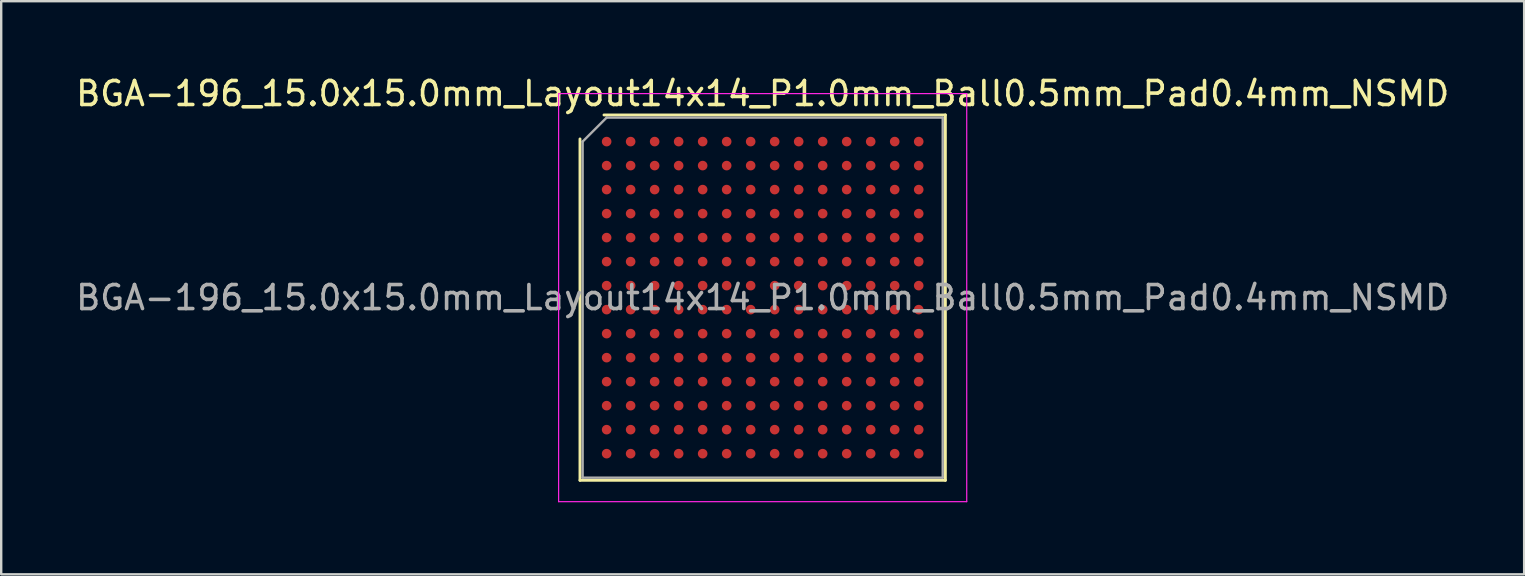
<source format=kicad_pcb>
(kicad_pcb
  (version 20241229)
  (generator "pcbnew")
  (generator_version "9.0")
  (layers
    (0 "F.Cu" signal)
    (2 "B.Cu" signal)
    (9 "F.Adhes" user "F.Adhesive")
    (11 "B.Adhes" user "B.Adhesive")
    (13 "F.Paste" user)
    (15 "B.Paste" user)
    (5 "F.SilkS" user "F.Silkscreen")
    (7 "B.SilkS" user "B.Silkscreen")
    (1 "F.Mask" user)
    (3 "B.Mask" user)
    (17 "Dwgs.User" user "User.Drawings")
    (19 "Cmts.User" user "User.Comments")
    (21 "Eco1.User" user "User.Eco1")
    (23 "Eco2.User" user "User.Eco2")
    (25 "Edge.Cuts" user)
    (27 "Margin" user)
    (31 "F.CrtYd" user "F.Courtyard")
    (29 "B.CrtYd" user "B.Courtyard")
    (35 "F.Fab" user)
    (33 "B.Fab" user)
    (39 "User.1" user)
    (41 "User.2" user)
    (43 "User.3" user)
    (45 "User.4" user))
  (footprint "BGA-196_15.0x15.0mm_Layout14x14_P1.0mm_Ball0.5mm_Pad0.4mm_NSMD"
    (layer "F.Cu")
    (at 28.72 9.348)
    (property "Reference" "BGA-196_15.0x15.0mm_Layout14x14_P1.0mm_Ball0.5mm_Pad0.4mm_NSMD" (at 0 -8.5 0) (layer "F.SilkS") (effects (font (size 1 1) (thickness 0.15))))
    (attr smd)
    (fp_line (start -7.61 7.61) (end -7.61 -6.61) (stroke (width 0.12) (type solid)) (layer "F.SilkS"))
    (fp_line (start -6.61 -7.61) (end 7.61 -7.61) (stroke (width 0.12) (type solid)) (layer "F.SilkS"))
    (fp_line (start 7.61 -7.61) (end 7.61 7.61) (stroke (width 0.12) (type solid)) (layer "F.SilkS"))
    (fp_line (start 7.61 7.61) (end -7.61 7.61) (stroke (width 0.12) (type solid)) (layer "F.SilkS"))
    (fp_line (start -8.5 -8.5) (end -8.5 8.5) (stroke (width 0.05) (type solid)) (layer "F.CrtYd"))
    (fp_line (start -8.5 8.5) (end 8.5 8.5) (stroke (width 0.05) (type solid)) (layer "F.CrtYd"))
    (fp_line (start 8.5 -8.5) (end -8.5 -8.5) (stroke (width 0.05) (type solid)) (layer "F.CrtYd"))
    (fp_line (start 8.5 8.5) (end 8.5 -8.5) (stroke (width 0.05) (type solid)) (layer "F.CrtYd"))
    (fp_line (start -7.5 -6.5) (end -6.5 -7.5) (stroke (width 0.1) (type solid)) (layer "F.Fab"))
    (fp_line (start -7.5 7.5) (end -7.5 -6.5) (stroke (width 0.1) (type solid)) (layer "F.Fab"))
    (fp_line (start -6.5 -7.5) (end 7.5 -7.5) (stroke (width 0.1) (type solid)) (layer "F.Fab"))
    (fp_line (start 7.5 -7.5) (end 7.5 7.5) (stroke (width 0.1) (type solid)) (layer "F.Fab"))
    (fp_line (start 7.5 7.5) (end -7.5 7.5) (stroke (width 0.1) (type solid)) (layer "F.Fab"))
    (fp_text user "${REFERENCE}" (at 0 0 0) (layer "F.Fab") (effects (font (size 1 1) (thickness 0.15))))
    (pad "A1" smd circle (at -6.5 -6.5) (size 0.4 0.4) (layers "F.Cu" "F.Mask" "F.Paste"))
    (pad "A2" smd circle (at -5.5 -6.5) (size 0.4 0.4) (layers "F.Cu" "F.Mask" "F.Paste"))
    (pad "A3" smd circle (at -4.5 -6.5) (size 0.4 0.4) (layers "F.Cu" "F.Mask" "F.Paste"))
    (pad "A4" smd circle (at -3.5 -6.5) (size 0.4 0.4) (layers "F.Cu" "F.Mask" "F.Paste"))
    (pad "A5" smd circle (at -2.5 -6.5) (size 0.4 0.4) (layers "F.Cu" "F.Mask" "F.Paste"))
    (pad "A6" smd circle (at -1.5 -6.5) (size 0.4 0.4) (layers "F.Cu" "F.Mask" "F.Paste"))
    (pad "A7" smd circle (at -0.5 -6.5) (size 0.4 0.4) (layers "F.Cu" "F.Mask" "F.Paste"))
    (pad "A8" smd circle (at 0.5 -6.5) (size 0.4 0.4) (layers "F.Cu" "F.Mask" "F.Paste"))
    (pad "A9" smd circle (at 1.5 -6.5) (size 0.4 0.4) (layers "F.Cu" "F.Mask" "F.Paste"))
    (pad "A10" smd circle (at 2.5 -6.5) (size 0.4 0.4) (layers "F.Cu" "F.Mask" "F.Paste"))
    (pad "A11" smd circle (at 3.5 -6.5) (size 0.4 0.4) (layers "F.Cu" "F.Mask" "F.Paste"))
    (pad "A12" smd circle (at 4.5 -6.5) (size 0.4 0.4) (layers "F.Cu" "F.Mask" "F.Paste"))
    (pad "A13" smd circle (at 5.5 -6.5) (size 0.4 0.4) (layers "F.Cu" "F.Mask" "F.Paste"))
    (pad "A14" smd circle (at 6.5 -6.5) (size 0.4 0.4) (layers "F.Cu" "F.Mask" "F.Paste"))
    (pad "B1" smd circle (at -6.5 -5.5) (size 0.4 0.4) (layers "F.Cu" "F.Mask" "F.Paste"))
    (pad "B2" smd circle (at -5.5 -5.5) (size 0.4 0.4) (layers "F.Cu" "F.Mask" "F.Paste"))
    (pad "B3" smd circle (at -4.5 -5.5) (size 0.4 0.4) (layers "F.Cu" "F.Mask" "F.Paste"))
    (pad "B4" smd circle (at -3.5 -5.5) (size 0.4 0.4) (layers "F.Cu" "F.Mask" "F.Paste"))
    (pad "B5" smd circle (at -2.5 -5.5) (size 0.4 0.4) (layers "F.Cu" "F.Mask" "F.Paste"))
    (pad "B6" smd circle (at -1.5 -5.5) (size 0.4 0.4) (layers "F.Cu" "F.Mask" "F.Paste"))
    (pad "B7" smd circle (at -0.5 -5.5) (size 0.4 0.4) (layers "F.Cu" "F.Mask" "F.Paste"))
    (pad "B8" smd circle (at 0.5 -5.5) (size 0.4 0.4) (layers "F.Cu" "F.Mask" "F.Paste"))
    (pad "B9" smd circle (at 1.5 -5.5) (size 0.4 0.4) (layers "F.Cu" "F.Mask" "F.Paste"))
    (pad "B10" smd circle (at 2.5 -5.5) (size 0.4 0.4) (layers "F.Cu" "F.Mask" "F.Paste"))
    (pad "B11" smd circle (at 3.5 -5.5) (size 0.4 0.4) (layers "F.Cu" "F.Mask" "F.Paste"))
    (pad "B12" smd circle (at 4.5 -5.5) (size 0.4 0.4) (layers "F.Cu" "F.Mask" "F.Paste"))
    (pad "B13" smd circle (at 5.5 -5.5) (size 0.4 0.4) (layers "F.Cu" "F.Mask" "F.Paste"))
    (pad "B14" smd circle (at 6.5 -5.5) (size 0.4 0.4) (layers "F.Cu" "F.Mask" "F.Paste"))
    (pad "C1" smd circle (at -6.5 -4.5) (size 0.4 0.4) (layers "F.Cu" "F.Mask" "F.Paste"))
    (pad "C2" smd circle (at -5.5 -4.5) (size 0.4 0.4) (layers "F.Cu" "F.Mask" "F.Paste"))
    (pad "C3" smd circle (at -4.5 -4.5) (size 0.4 0.4) (layers "F.Cu" "F.Mask" "F.Paste"))
    (pad "C4" smd circle (at -3.5 -4.5) (size 0.4 0.4) (layers "F.Cu" "F.Mask" "F.Paste"))
    (pad "C5" smd circle (at -2.5 -4.5) (size 0.4 0.4) (layers "F.Cu" "F.Mask" "F.Paste"))
    (pad "C6" smd circle (at -1.5 -4.5) (size 0.4 0.4) (layers "F.Cu" "F.Mask" "F.Paste"))
    (pad "C7" smd circle (at -0.5 -4.5) (size 0.4 0.4) (layers "F.Cu" "F.Mask" "F.Paste"))
    (pad "C8" smd circle (at 0.5 -4.5) (size 0.4 0.4) (layers "F.Cu" "F.Mask" "F.Paste"))
    (pad "C9" smd circle (at 1.5 -4.5) (size 0.4 0.4) (layers "F.Cu" "F.Mask" "F.Paste"))
    (pad "C10" smd circle (at 2.5 -4.5) (size 0.4 0.4) (layers "F.Cu" "F.Mask" "F.Paste"))
    (pad "C11" smd circle (at 3.5 -4.5) (size 0.4 0.4) (layers "F.Cu" "F.Mask" "F.Paste"))
    (pad "C12" smd circle (at 4.5 -4.5) (size 0.4 0.4) (layers "F.Cu" "F.Mask" "F.Paste"))
    (pad "C13" smd circle (at 5.5 -4.5) (size 0.4 0.4) (layers "F.Cu" "F.Mask" "F.Paste"))
    (pad "C14" smd circle (at 6.5 -4.5) (size 0.4 0.4) (layers "F.Cu" "F.Mask" "F.Paste"))
    (pad "D1" smd circle (at -6.5 -3.5) (size 0.4 0.4) (layers "F.Cu" "F.Mask" "F.Paste"))
    (pad "D2" smd circle (at -5.5 -3.5) (size 0.4 0.4) (layers "F.Cu" "F.Mask" "F.Paste"))
    (pad "D3" smd circle (at -4.5 -3.5) (size 0.4 0.4) (layers "F.Cu" "F.Mask" "F.Paste"))
    (pad "D4" smd circle (at -3.5 -3.5) (size 0.4 0.4) (layers "F.Cu" "F.Mask" "F.Paste"))
    (pad "D5" smd circle (at -2.5 -3.5) (size 0.4 0.4) (layers "F.Cu" "F.Mask" "F.Paste"))
    (pad "D6" smd circle (at -1.5 -3.5) (size 0.4 0.4) (layers "F.Cu" "F.Mask" "F.Paste"))
    (pad "D7" smd circle (at -0.5 -3.5) (size 0.4 0.4) (layers "F.Cu" "F.Mask" "F.Paste"))
    (pad "D8" smd circle (at 0.5 -3.5) (size 0.4 0.4) (layers "F.Cu" "F.Mask" "F.Paste"))
    (pad "D9" smd circle (at 1.5 -3.5) (size 0.4 0.4) (layers "F.Cu" "F.Mask" "F.Paste"))
    (pad "D10" smd circle (at 2.5 -3.5) (size 0.4 0.4) (layers "F.Cu" "F.Mask" "F.Paste"))
    (pad "D11" smd circle (at 3.5 -3.5) (size 0.4 0.4) (layers "F.Cu" "F.Mask" "F.Paste"))
    (pad "D12" smd circle (at 4.5 -3.5) (size 0.4 0.4) (layers "F.Cu" "F.Mask" "F.Paste"))
    (pad "D13" smd circle (at 5.5 -3.5) (size 0.4 0.4) (layers "F.Cu" "F.Mask" "F.Paste"))
    (pad "D14" smd circle (at 6.5 -3.5) (size 0.4 0.4) (layers "F.Cu" "F.Mask" "F.Paste"))
    (pad "E1" smd circle (at -6.5 -2.5) (size 0.4 0.4) (layers "F.Cu" "F.Mask" "F.Paste"))
    (pad "E2" smd circle (at -5.5 -2.5) (size 0.4 0.4) (layers "F.Cu" "F.Mask" "F.Paste"))
    (pad "E3" smd circle (at -4.5 -2.5) (size 0.4 0.4) (layers "F.Cu" "F.Mask" "F.Paste"))
    (pad "E4" smd circle (at -3.5 -2.5) (size 0.4 0.4) (layers "F.Cu" "F.Mask" "F.Paste"))
    (pad "E5" smd circle (at -2.5 -2.5) (size 0.4 0.4) (layers "F.Cu" "F.Mask" "F.Paste"))
    (pad "E6" smd circle (at -1.5 -2.5) (size 0.4 0.4) (layers "F.Cu" "F.Mask" "F.Paste"))
    (pad "E7" smd circle (at -0.5 -2.5) (size 0.4 0.4) (layers "F.Cu" "F.Mask" "F.Paste"))
    (pad "E8" smd circle (at 0.5 -2.5) (size 0.4 0.4) (layers "F.Cu" "F.Mask" "F.Paste"))
    (pad "E9" smd circle (at 1.5 -2.5) (size 0.4 0.4) (layers "F.Cu" "F.Mask" "F.Paste"))
    (pad "E10" smd circle (at 2.5 -2.5) (size 0.4 0.4) (layers "F.Cu" "F.Mask" "F.Paste"))
    (pad "E11" smd circle (at 3.5 -2.5) (size 0.4 0.4) (layers "F.Cu" "F.Mask" "F.Paste"))
    (pad "E12" smd circle (at 4.5 -2.5) (size 0.4 0.4) (layers "F.Cu" "F.Mask" "F.Paste"))
    (pad "E13" smd circle (at 5.5 -2.5) (size 0.4 0.4) (layers "F.Cu" "F.Mask" "F.Paste"))
    (pad "E14" smd circle (at 6.5 -2.5) (size 0.4 0.4) (layers "F.Cu" "F.Mask" "F.Paste"))
    (pad "F1" smd circle (at -6.5 -1.5) (size 0.4 0.4) (layers "F.Cu" "F.Mask" "F.Paste"))
    (pad "F2" smd circle (at -5.5 -1.5) (size 0.4 0.4) (layers "F.Cu" "F.Mask" "F.Paste"))
    (pad "F3" smd circle (at -4.5 -1.5) (size 0.4 0.4) (layers "F.Cu" "F.Mask" "F.Paste"))
    (pad "F4" smd circle (at -3.5 -1.5) (size 0.4 0.4) (layers "F.Cu" "F.Mask" "F.Paste"))
    (pad "F5" smd circle (at -2.5 -1.5) (size 0.4 0.4) (layers "F.Cu" "F.Mask" "F.Paste"))
    (pad "F6" smd circle (at -1.5 -1.5) (size 0.4 0.4) (layers "F.Cu" "F.Mask" "F.Paste"))
    (pad "F7" smd circle (at -0.5 -1.5) (size 0.4 0.4) (layers "F.Cu" "F.Mask" "F.Paste"))
    (pad "F8" smd circle (at 0.5 -1.5) (size 0.4 0.4) (layers "F.Cu" "F.Mask" "F.Paste"))
    (pad "F9" smd circle (at 1.5 -1.5) (size 0.4 0.4) (layers "F.Cu" "F.Mask" "F.Paste"))
    (pad "F10" smd circle (at 2.5 -1.5) (size 0.4 0.4) (layers "F.Cu" "F.Mask" "F.Paste"))
    (pad "F11" smd circle (at 3.5 -1.5) (size 0.4 0.4) (layers "F.Cu" "F.Mask" "F.Paste"))
    (pad "F12" smd circle (at 4.5 -1.5) (size 0.4 0.4) (layers "F.Cu" "F.Mask" "F.Paste"))
    (pad "F13" smd circle (at 5.5 -1.5) (size 0.4 0.4) (layers "F.Cu" "F.Mask" "F.Paste"))
    (pad "F14" smd circle (at 6.5 -1.5) (size 0.4 0.4) (layers "F.Cu" "F.Mask" "F.Paste"))
    (pad "G1" smd circle (at -6.5 -0.5) (size 0.4 0.4) (layers "F.Cu" "F.Mask" "F.Paste"))
    (pad "G2" smd circle (at -5.5 -0.5) (size 0.4 0.4) (layers "F.Cu" "F.Mask" "F.Paste"))
    (pad "G3" smd circle (at -4.5 -0.5) (size 0.4 0.4) (layers "F.Cu" "F.Mask" "F.Paste"))
    (pad "G4" smd circle (at -3.5 -0.5) (size 0.4 0.4) (layers "F.Cu" "F.Mask" "F.Paste"))
    (pad "G5" smd circle (at -2.5 -0.5) (size 0.4 0.4) (layers "F.Cu" "F.Mask" "F.Paste"))
    (pad "G6" smd circle (at -1.5 -0.5) (size 0.4 0.4) (layers "F.Cu" "F.Mask" "F.Paste"))
    (pad "G7" smd circle (at -0.5 -0.5) (size 0.4 0.4) (layers "F.Cu" "F.Mask" "F.Paste"))
    (pad "G8" smd circle (at 0.5 -0.5) (size 0.4 0.4) (layers "F.Cu" "F.Mask" "F.Paste"))
    (pad "G9" smd circle (at 1.5 -0.5) (size 0.4 0.4) (layers "F.Cu" "F.Mask" "F.Paste"))
    (pad "G10" smd circle (at 2.5 -0.5) (size 0.4 0.4) (layers "F.Cu" "F.Mask" "F.Paste"))
    (pad "G11" smd circle (at 3.5 -0.5) (size 0.4 0.4) (layers "F.Cu" "F.Mask" "F.Paste"))
    (pad "G12" smd circle (at 4.5 -0.5) (size 0.4 0.4) (layers "F.Cu" "F.Mask" "F.Paste"))
    (pad "G13" smd circle (at 5.5 -0.5) (size 0.4 0.4) (layers "F.Cu" "F.Mask" "F.Paste"))
    (pad "G14" smd circle (at 6.5 -0.5) (size 0.4 0.4) (layers "F.Cu" "F.Mask" "F.Paste"))
    (pad "H1" smd circle (at -6.5 0.5) (size 0.4 0.4) (layers "F.Cu" "F.Mask" "F.Paste"))
    (pad "H2" smd circle (at -5.5 0.5) (size 0.4 0.4) (layers "F.Cu" "F.Mask" "F.Paste"))
    (pad "H3" smd circle (at -4.5 0.5) (size 0.4 0.4) (layers "F.Cu" "F.Mask" "F.Paste"))
    (pad "H4" smd circle (at -3.5 0.5) (size 0.4 0.4) (layers "F.Cu" "F.Mask" "F.Paste"))
    (pad "H5" smd circle (at -2.5 0.5) (size 0.4 0.4) (layers "F.Cu" "F.Mask" "F.Paste"))
    (pad "H6" smd circle (at -1.5 0.5) (size 0.4 0.4) (layers "F.Cu" "F.Mask" "F.Paste"))
    (pad "H7" smd circle (at -0.5 0.5) (size 0.4 0.4) (layers "F.Cu" "F.Mask" "F.Paste"))
    (pad "H8" smd circle (at 0.5 0.5) (size 0.4 0.4) (layers "F.Cu" "F.Mask" "F.Paste"))
    (pad "H9" smd circle (at 1.5 0.5) (size 0.4 0.4) (layers "F.Cu" "F.Mask" "F.Paste"))
    (pad "H10" smd circle (at 2.5 0.5) (size 0.4 0.4) (layers "F.Cu" "F.Mask" "F.Paste"))
    (pad "H11" smd circle (at 3.5 0.5) (size 0.4 0.4) (layers "F.Cu" "F.Mask" "F.Paste"))
    (pad "H12" smd circle (at 4.5 0.5) (size 0.4 0.4) (layers "F.Cu" "F.Mask" "F.Paste"))
    (pad "H13" smd circle (at 5.5 0.5) (size 0.4 0.4) (layers "F.Cu" "F.Mask" "F.Paste"))
    (pad "H14" smd circle (at 6.5 0.5) (size 0.4 0.4) (layers "F.Cu" "F.Mask" "F.Paste"))
    (pad "J1" smd circle (at -6.5 1.5) (size 0.4 0.4) (layers "F.Cu" "F.Mask" "F.Paste"))
    (pad "J2" smd circle (at -5.5 1.5) (size 0.4 0.4) (layers "F.Cu" "F.Mask" "F.Paste"))
    (pad "J3" smd circle (at -4.5 1.5) (size 0.4 0.4) (layers "F.Cu" "F.Mask" "F.Paste"))
    (pad "J4" smd circle (at -3.5 1.5) (size 0.4 0.4) (layers "F.Cu" "F.Mask" "F.Paste"))
    (pad "J5" smd circle (at -2.5 1.5) (size 0.4 0.4) (layers "F.Cu" "F.Mask" "F.Paste"))
    (pad "J6" smd circle (at -1.5 1.5) (size 0.4 0.4) (layers "F.Cu" "F.Mask" "F.Paste"))
    (pad "J7" smd circle (at -0.5 1.5) (size 0.4 0.4) (layers "F.Cu" "F.Mask" "F.Paste"))
    (pad "J8" smd circle (at 0.5 1.5) (size 0.4 0.4) (layers "F.Cu" "F.Mask" "F.Paste"))
    (pad "J9" smd circle (at 1.5 1.5) (size 0.4 0.4) (layers "F.Cu" "F.Mask" "F.Paste"))
    (pad "J10" smd circle (at 2.5 1.5) (size 0.4 0.4) (layers "F.Cu" "F.Mask" "F.Paste"))
    (pad "J11" smd circle (at 3.5 1.5) (size 0.4 0.4) (layers "F.Cu" "F.Mask" "F.Paste"))
    (pad "J12" smd circle (at 4.5 1.5) (size 0.4 0.4) (layers "F.Cu" "F.Mask" "F.Paste"))
    (pad "J13" smd circle (at 5.5 1.5) (size 0.4 0.4) (layers "F.Cu" "F.Mask" "F.Paste"))
    (pad "J14" smd circle (at 6.5 1.5) (size 0.4 0.4) (layers "F.Cu" "F.Mask" "F.Paste"))
    (pad "K1" smd circle (at -6.5 2.5) (size 0.4 0.4) (layers "F.Cu" "F.Mask" "F.Paste"))
    (pad "K2" smd circle (at -5.5 2.5) (size 0.4 0.4) (layers "F.Cu" "F.Mask" "F.Paste"))
    (pad "K3" smd circle (at -4.5 2.5) (size 0.4 0.4) (layers "F.Cu" "F.Mask" "F.Paste"))
    (pad "K4" smd circle (at -3.5 2.5) (size 0.4 0.4) (layers "F.Cu" "F.Mask" "F.Paste"))
    (pad "K5" smd circle (at -2.5 2.5) (size 0.4 0.4) (layers "F.Cu" "F.Mask" "F.Paste"))
    (pad "K6" smd circle (at -1.5 2.5) (size 0.4 0.4) (layers "F.Cu" "F.Mask" "F.Paste"))
    (pad "K7" smd circle (at -0.5 2.5) (size 0.4 0.4) (layers "F.Cu" "F.Mask" "F.Paste"))
    (pad "K8" smd circle (at 0.5 2.5) (size 0.4 0.4) (layers "F.Cu" "F.Mask" "F.Paste"))
    (pad "K9" smd circle (at 1.5 2.5) (size 0.4 0.4) (layers "F.Cu" "F.Mask" "F.Paste"))
    (pad "K10" smd circle (at 2.5 2.5) (size 0.4 0.4) (layers "F.Cu" "F.Mask" "F.Paste"))
    (pad "K11" smd circle (at 3.5 2.5) (size 0.4 0.4) (layers "F.Cu" "F.Mask" "F.Paste"))
    (pad "K12" smd circle (at 4.5 2.5) (size 0.4 0.4) (layers "F.Cu" "F.Mask" "F.Paste"))
    (pad "K13" smd circle (at 5.5 2.5) (size 0.4 0.4) (layers "F.Cu" "F.Mask" "F.Paste"))
    (pad "K14" smd circle (at 6.5 2.5) (size 0.4 0.4) (layers "F.Cu" "F.Mask" "F.Paste"))
    (pad "L1" smd circle (at -6.5 3.5) (size 0.4 0.4) (layers "F.Cu" "F.Mask" "F.Paste"))
    (pad "L2" smd circle (at -5.5 3.5) (size 0.4 0.4) (layers "F.Cu" "F.Mask" "F.Paste"))
    (pad "L3" smd circle (at -4.5 3.5) (size 0.4 0.4) (layers "F.Cu" "F.Mask" "F.Paste"))
    (pad "L4" smd circle (at -3.5 3.5) (size 0.4 0.4) (layers "F.Cu" "F.Mask" "F.Paste"))
    (pad "L5" smd circle (at -2.5 3.5) (size 0.4 0.4) (layers "F.Cu" "F.Mask" "F.Paste"))
    (pad "L6" smd circle (at -1.5 3.5) (size 0.4 0.4) (layers "F.Cu" "F.Mask" "F.Paste"))
    (pad "L7" smd circle (at -0.5 3.5) (size 0.4 0.4) (layers "F.Cu" "F.Mask" "F.Paste"))
    (pad "L8" smd circle (at 0.5 3.5) (size 0.4 0.4) (layers "F.Cu" "F.Mask" "F.Paste"))
    (pad "L9" smd circle (at 1.5 3.5) (size 0.4 0.4) (layers "F.Cu" "F.Mask" "F.Paste"))
    (pad "L10" smd circle (at 2.5 3.5) (size 0.4 0.4) (layers "F.Cu" "F.Mask" "F.Paste"))
    (pad "L11" smd circle (at 3.5 3.5) (size 0.4 0.4) (layers "F.Cu" "F.Mask" "F.Paste"))
    (pad "L12" smd circle (at 4.5 3.5) (size 0.4 0.4) (layers "F.Cu" "F.Mask" "F.Paste"))
    (pad "L13" smd circle (at 5.5 3.5) (size 0.4 0.4) (layers "F.Cu" "F.Mask" "F.Paste"))
    (pad "L14" smd circle (at 6.5 3.5) (size 0.4 0.4) (layers "F.Cu" "F.Mask" "F.Paste"))
    (pad "M1" smd circle (at -6.5 4.5) (size 0.4 0.4) (layers "F.Cu" "F.Mask" "F.Paste"))
    (pad "M2" smd circle (at -5.5 4.5) (size 0.4 0.4) (layers "F.Cu" "F.Mask" "F.Paste"))
    (pad "M3" smd circle (at -4.5 4.5) (size 0.4 0.4) (layers "F.Cu" "F.Mask" "F.Paste"))
    (pad "M4" smd circle (at -3.5 4.5) (size 0.4 0.4) (layers "F.Cu" "F.Mask" "F.Paste"))
    (pad "M5" smd circle (at -2.5 4.5) (size 0.4 0.4) (layers "F.Cu" "F.Mask" "F.Paste"))
    (pad "M6" smd circle (at -1.5 4.5) (size 0.4 0.4) (layers "F.Cu" "F.Mask" "F.Paste"))
    (pad "M7" smd circle (at -0.5 4.5) (size 0.4 0.4) (layers "F.Cu" "F.Mask" "F.Paste"))
    (pad "M8" smd circle (at 0.5 4.5) (size 0.4 0.4) (layers "F.Cu" "F.Mask" "F.Paste"))
    (pad "M9" smd circle (at 1.5 4.5) (size 0.4 0.4) (layers "F.Cu" "F.Mask" "F.Paste"))
    (pad "M10" smd circle (at 2.5 4.5) (size 0.4 0.4) (layers "F.Cu" "F.Mask" "F.Paste"))
    (pad "M11" smd circle (at 3.5 4.5) (size 0.4 0.4) (layers "F.Cu" "F.Mask" "F.Paste"))
    (pad "M12" smd circle (at 4.5 4.5) (size 0.4 0.4) (layers "F.Cu" "F.Mask" "F.Paste"))
    (pad "M13" smd circle (at 5.5 4.5) (size 0.4 0.4) (layers "F.Cu" "F.Mask" "F.Paste"))
    (pad "M14" smd circle (at 6.5 4.5) (size 0.4 0.4) (layers "F.Cu" "F.Mask" "F.Paste"))
    (pad "N1" smd circle (at -6.5 5.5) (size 0.4 0.4) (layers "F.Cu" "F.Mask" "F.Paste"))
    (pad "N2" smd circle (at -5.5 5.5) (size 0.4 0.4) (layers "F.Cu" "F.Mask" "F.Paste"))
    (pad "N3" smd circle (at -4.5 5.5) (size 0.4 0.4) (layers "F.Cu" "F.Mask" "F.Paste"))
    (pad "N4" smd circle (at -3.5 5.5) (size 0.4 0.4) (layers "F.Cu" "F.Mask" "F.Paste"))
    (pad "N5" smd circle (at -2.5 5.5) (size 0.4 0.4) (layers "F.Cu" "F.Mask" "F.Paste"))
    (pad "N6" smd circle (at -1.5 5.5) (size 0.4 0.4) (layers "F.Cu" "F.Mask" "F.Paste"))
    (pad "N7" smd circle (at -0.5 5.5) (size 0.4 0.4) (layers "F.Cu" "F.Mask" "F.Paste"))
    (pad "N8" smd circle (at 0.5 5.5) (size 0.4 0.4) (layers "F.Cu" "F.Mask" "F.Paste"))
    (pad "N9" smd circle (at 1.5 5.5) (size 0.4 0.4) (layers "F.Cu" "F.Mask" "F.Paste"))
    (pad "N10" smd circle (at 2.5 5.5) (size 0.4 0.4) (layers "F.Cu" "F.Mask" "F.Paste"))
    (pad "N11" smd circle (at 3.5 5.5) (size 0.4 0.4) (layers "F.Cu" "F.Mask" "F.Paste"))
    (pad "N12" smd circle (at 4.5 5.5) (size 0.4 0.4) (layers "F.Cu" "F.Mask" "F.Paste"))
    (pad "N13" smd circle (at 5.5 5.5) (size 0.4 0.4) (layers "F.Cu" "F.Mask" "F.Paste"))
    (pad "N14" smd circle (at 6.5 5.5) (size 0.4 0.4) (layers "F.Cu" "F.Mask" "F.Paste"))
    (pad "P1" smd circle (at -6.5 6.5) (size 0.4 0.4) (layers "F.Cu" "F.Mask" "F.Paste"))
    (pad "P2" smd circle (at -5.5 6.5) (size 0.4 0.4) (layers "F.Cu" "F.Mask" "F.Paste"))
    (pad "P3" smd circle (at -4.5 6.5) (size 0.4 0.4) (layers "F.Cu" "F.Mask" "F.Paste"))
    (pad "P4" smd circle (at -3.5 6.5) (size 0.4 0.4) (layers "F.Cu" "F.Mask" "F.Paste"))
    (pad "P5" smd circle (at -2.5 6.5) (size 0.4 0.4) (layers "F.Cu" "F.Mask" "F.Paste"))
    (pad "P6" smd circle (at -1.5 6.5) (size 0.4 0.4) (layers "F.Cu" "F.Mask" "F.Paste"))
    (pad "P7" smd circle (at -0.5 6.5) (size 0.4 0.4) (layers "F.Cu" "F.Mask" "F.Paste"))
    (pad "P8" smd circle (at 0.5 6.5) (size 0.4 0.4) (layers "F.Cu" "F.Mask" "F.Paste"))
    (pad "P9" smd circle (at 1.5 6.5) (size 0.4 0.4) (layers "F.Cu" "F.Mask" "F.Paste"))
    (pad "P10" smd circle (at 2.5 6.5) (size 0.4 0.4) (layers "F.Cu" "F.Mask" "F.Paste"))
    (pad "P11" smd circle (at 3.5 6.5) (size 0.4 0.4) (layers "F.Cu" "F.Mask" "F.Paste"))
    (pad "P12" smd circle (at 4.5 6.5) (size 0.4 0.4) (layers "F.Cu" "F.Mask" "F.Paste"))
    (pad "P13" smd circle (at 5.5 6.5) (size 0.4 0.4) (layers "F.Cu" "F.Mask" "F.Paste"))
    (pad "P14" smd circle (at 6.5 6.5) (size 0.4 0.4) (layers "F.Cu" "F.Mask" "F.Paste")))
  (gr_rect
    (start -3 -3)
    (end 60.44 20.873)
    (stroke (width 0.1) (type default))
    (fill no)
    (layer "Edge.Cuts")))
</source>
